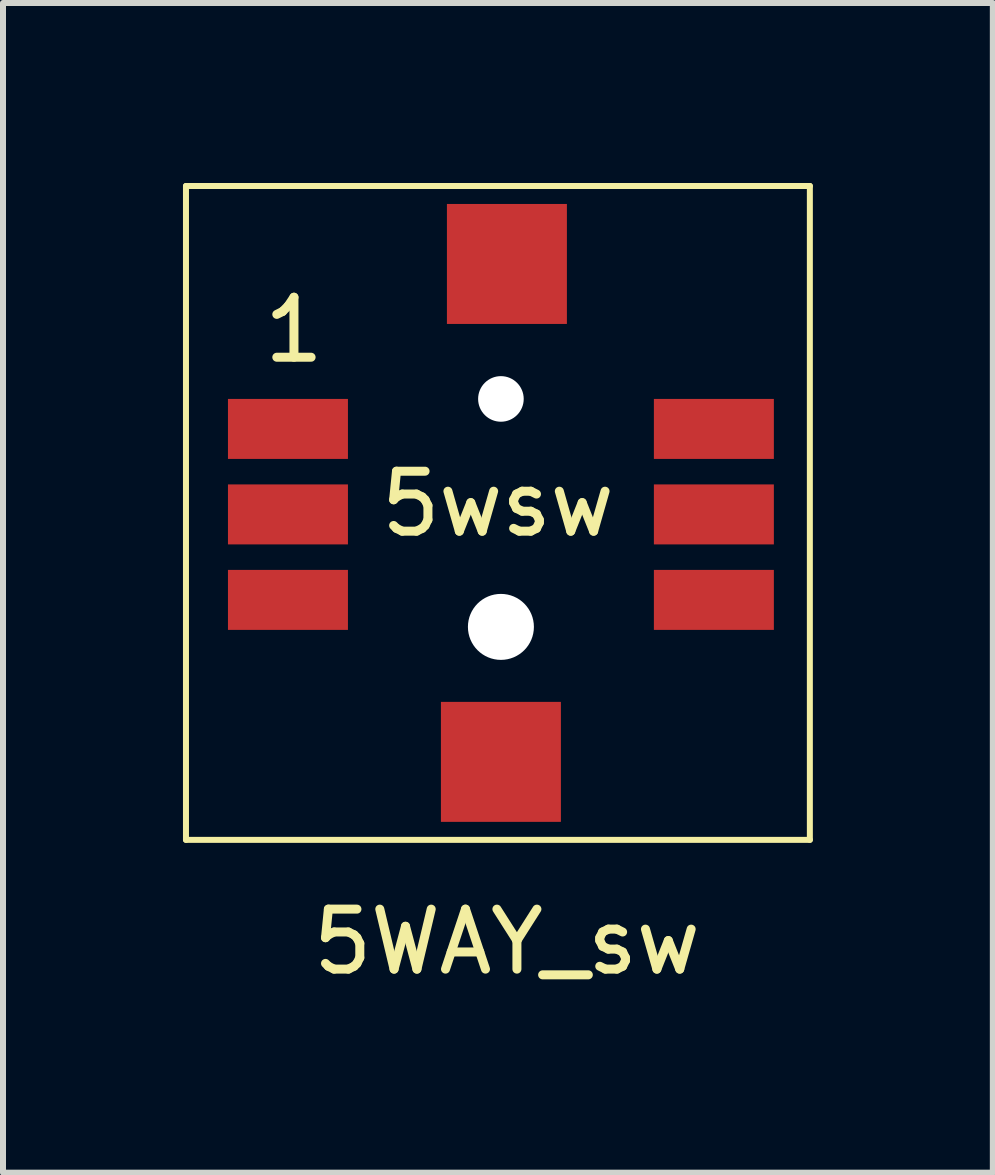
<source format=kicad_pcb>
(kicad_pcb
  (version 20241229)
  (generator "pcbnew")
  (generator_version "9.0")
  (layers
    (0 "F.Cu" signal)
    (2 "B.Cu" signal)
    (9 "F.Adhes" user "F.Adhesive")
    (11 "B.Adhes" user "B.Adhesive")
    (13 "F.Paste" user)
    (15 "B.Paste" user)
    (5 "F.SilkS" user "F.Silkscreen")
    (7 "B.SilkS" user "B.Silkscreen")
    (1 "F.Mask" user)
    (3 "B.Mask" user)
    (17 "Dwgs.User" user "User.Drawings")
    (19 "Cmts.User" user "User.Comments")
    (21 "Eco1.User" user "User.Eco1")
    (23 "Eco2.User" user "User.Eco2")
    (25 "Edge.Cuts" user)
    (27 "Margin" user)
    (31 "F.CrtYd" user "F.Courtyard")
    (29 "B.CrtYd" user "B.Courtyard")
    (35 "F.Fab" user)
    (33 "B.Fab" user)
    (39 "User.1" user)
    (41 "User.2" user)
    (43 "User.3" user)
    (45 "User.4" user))
  (footprint "5WAY_sw"
    (layer "F.Cu")
    (at 1.05 3.6)
    (property "Reference" "5WAY_sw" (at 4.35 9.05 0) (layer "F.SilkS") (effects (font (size 1 1) (thickness 0.15))))
    (attr through_hole)
    (fp_line (start -1 -3.55) (end 0 -3.55) (stroke (width 0.1) (type solid)) (layer "F.SilkS"))
    (fp_line (start -1 7.35) (end -1 -3.55) (stroke (width 0.1) (type solid)) (layer "F.SilkS"))
    (fp_line (start 0 -3.55) (end 9.4 -3.55) (stroke (width 0.1) (type solid)) (layer "F.SilkS"))
    (fp_line (start 9.4 -3.55) (end 9.4 7.35) (stroke (width 0.1) (type solid)) (layer "F.SilkS"))
    (fp_line (start 9.4 7.35) (end -1 7.35) (stroke (width 0.1) (type solid)) (layer "F.SilkS"))
    (fp_circle (center 4.25 0) (end 4.65 -0.1) (stroke (width 0.1) (type solid)) (fill no) (layer "Margin"))
    (fp_circle (center 4.25 3.8) (end 4.8 3.75) (stroke (width 0.1) (type solid)) (fill no) (layer "Margin"))
    (fp_text user "1" (at 0.8 -1.15 0) (layer "F.SilkS") (effects (font (size 1 1) (thickness 0.15))))
    (fp_text user "5wsw" (at 4.2 1.75 0) (layer "F.SilkS") (effects (font (size 1 1) (thickness 0.15))))
    (pad "" np_thru_hole circle (at 4.25 0) (size 0.76 0.76) (drill 0.76) (layers "*.Cu" "*.Mask"))
    (pad "" np_thru_hole circle (at 4.25 3.8) (size 1.1 1.1) (drill 1.1) (layers "*.Cu" "*.Mask"))
    (pad "" smd rect (at 4.25 6.05) (size 2 2) (layers "F.Cu" "F.Mask" "F.Paste"))
    (pad "" smd rect (at 4.35 -2.25) (size 2 2) (layers "F.Cu" "F.Mask" "F.Paste"))
    (pad "1" smd rect (at 0.7 0.5) (size 2 1) (layers "F.Cu" "F.Mask" "F.Paste"))
    (pad "2" smd rect (at 0.7 1.925) (size 2 1) (layers "F.Cu" "F.Mask" "F.Paste"))
    (pad "3" smd rect (at 0.7 3.35) (size 2 1) (layers "F.Cu" "F.Mask" "F.Paste"))
    (pad "4" smd rect (at 7.8 0.5) (size 2 1) (layers "F.Cu" "F.Mask" "F.Paste"))
    (pad "5" smd rect (at 7.8 1.925) (size 2 1) (layers "F.Cu" "F.Mask" "F.Paste"))
    (pad "6" smd rect (at 7.8 3.35) (size 2 1) (layers "F.Cu" "F.Mask" "F.Paste")))
  (gr_rect
    (start -3 -3)
    (end 13.5 16.498)
    (stroke (width 0.1) (type default))
    (fill no)
    (layer "Edge.Cuts")))
</source>
